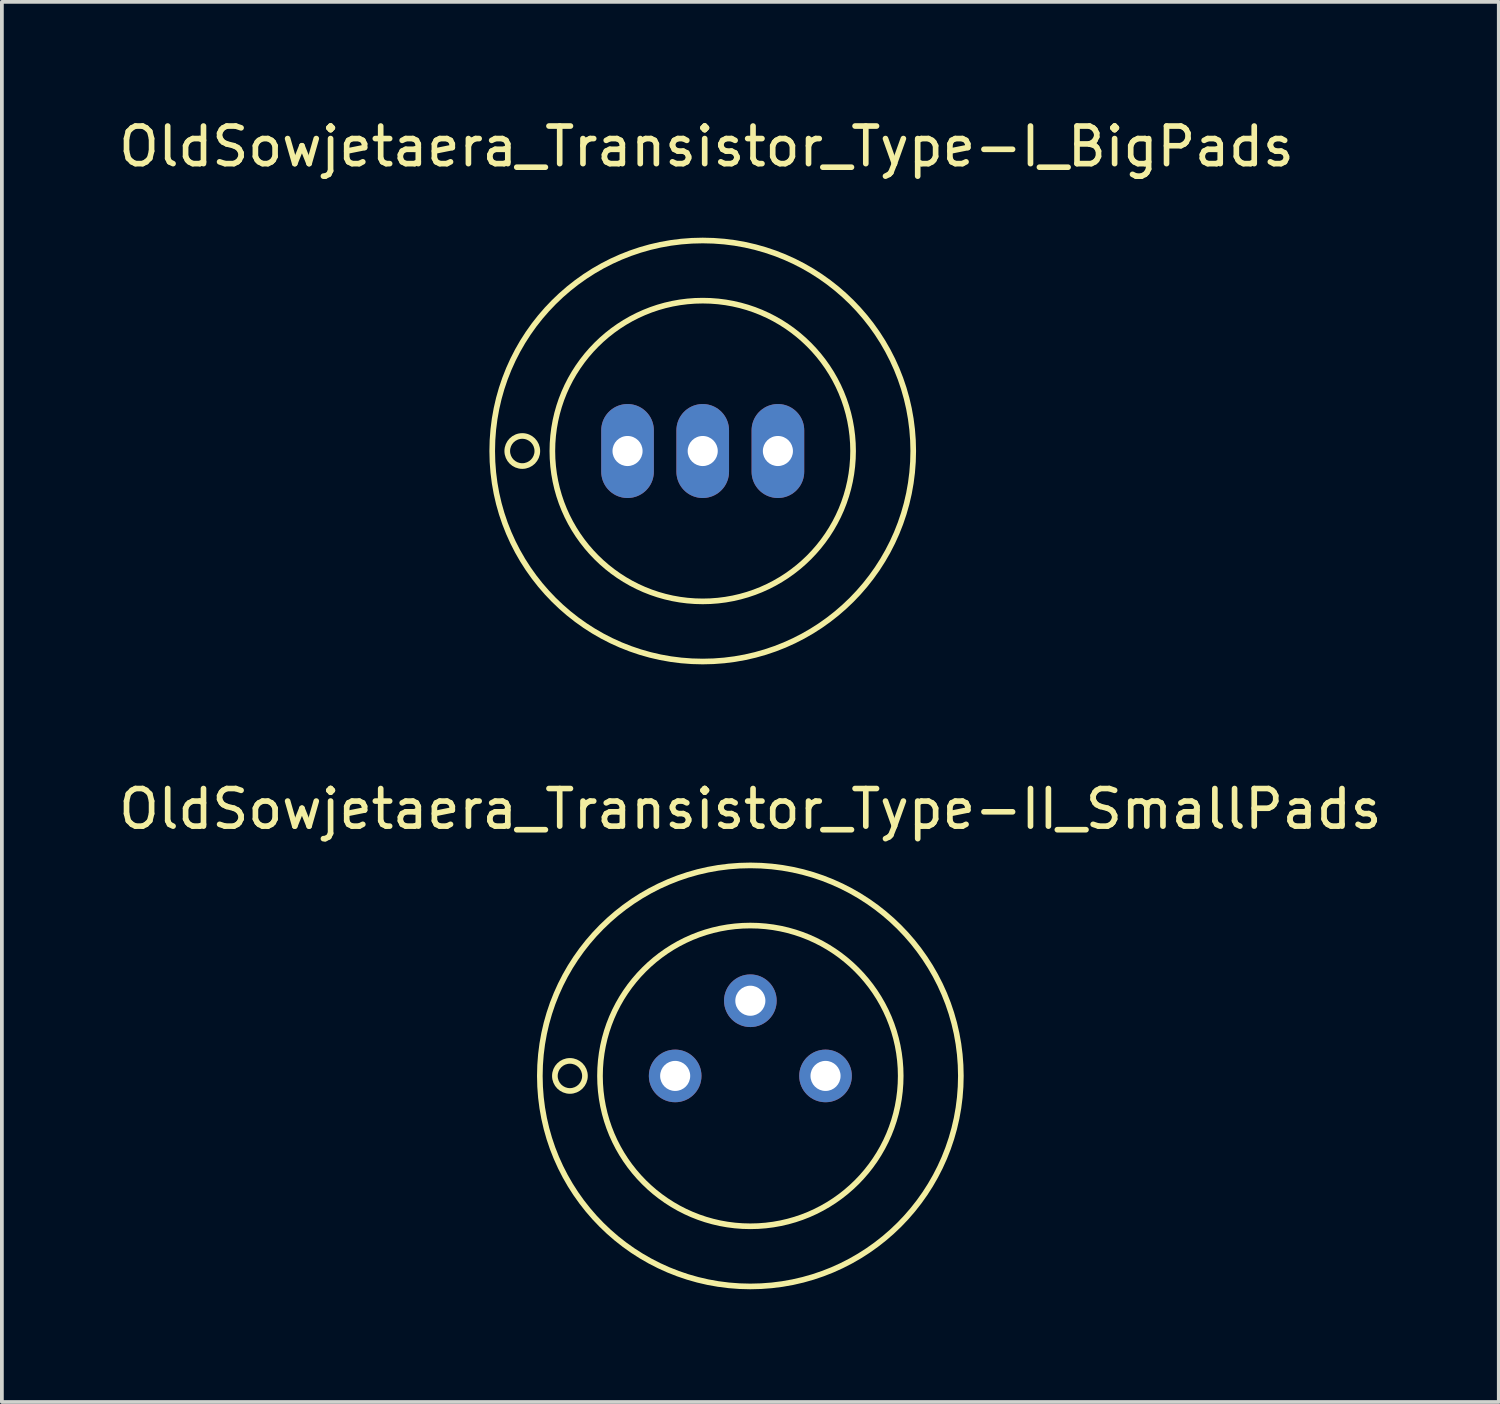
<source format=kicad_pcb>
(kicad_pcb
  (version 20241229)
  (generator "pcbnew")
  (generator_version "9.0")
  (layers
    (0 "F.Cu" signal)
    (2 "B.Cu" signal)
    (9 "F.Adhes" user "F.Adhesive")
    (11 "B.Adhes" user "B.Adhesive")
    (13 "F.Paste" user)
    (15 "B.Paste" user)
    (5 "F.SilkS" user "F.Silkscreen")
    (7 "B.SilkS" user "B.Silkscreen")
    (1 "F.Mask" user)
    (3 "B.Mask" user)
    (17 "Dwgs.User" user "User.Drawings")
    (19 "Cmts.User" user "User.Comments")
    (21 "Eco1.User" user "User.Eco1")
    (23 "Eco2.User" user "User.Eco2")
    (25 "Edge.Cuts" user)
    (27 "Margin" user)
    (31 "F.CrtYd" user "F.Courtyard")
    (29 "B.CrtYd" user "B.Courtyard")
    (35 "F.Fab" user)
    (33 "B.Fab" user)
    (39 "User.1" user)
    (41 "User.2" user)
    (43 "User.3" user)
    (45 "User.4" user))
  (footprint "OldSowjetaera_Transistor_Type-II_SmallPads"
    (layer "F.Cu")
    (at 16.911 25.572)
    (property "Reference" "OldSowjetaera_Transistor_Type-II_SmallPads" (at 0 -7.1 0) (layer "F.SilkS") (effects (font (size 1 1) (thickness 0.15))))
    (attr through_hole)
    (fp_circle (center -4.8 0) (end -4.8 0.4) (stroke (width 0.15) (type solid)) (fill no) (layer "F.SilkS"))
    (fp_circle (center 0 0) (end 4 0) (stroke (width 0.15) (type solid)) (fill no) (layer "F.SilkS"))
    (fp_circle (center 0 0) (end 5.6 0) (stroke (width 0.15) (type solid)) (fill no) (layer "F.SilkS"))
    (pad "1" thru_hole circle (at -2 0) (size 1.4 1.4) (drill 0.8) (layers "*.Cu" "*.Mask"))
    (pad "2" thru_hole circle (at 0 -2) (size 1.4 1.4) (drill 0.8) (layers "*.Cu" "*.Mask"))
    (pad "3" thru_hole circle (at 2 0) (size 1.4 1.4) (drill 0.8) (layers "*.Cu" "*.Mask")))
  (footprint "OldSowjetaera_Transistor_Type-I_BigPads"
    (layer "F.Cu")
    (at 15.644 8.948)
    (property "Reference" "OldSowjetaera_Transistor_Type-I_BigPads" (at 0.1 -8.1 0) (layer "F.SilkS") (effects (font (size 1 1) (thickness 0.15))))
    (attr through_hole)
    (fp_circle (center -4.8 0) (end -4.8 0.4) (stroke (width 0.15) (type solid)) (fill no) (layer "F.SilkS"))
    (fp_circle (center 0 0) (end 4 0) (stroke (width 0.15) (type solid)) (fill no) (layer "F.SilkS"))
    (fp_circle (center 0 0) (end 5.6 0) (stroke (width 0.15) (type solid)) (fill no) (layer "F.SilkS"))
    (pad "1" thru_hole oval (at -2 0) (size 1.4 2.5) (drill 0.8) (layers "*.Cu" "*.Mask"))
    (pad "2" thru_hole oval (at 0 0) (size 1.4 2.5) (drill 0.8) (layers "*.Cu" "*.Mask"))
    (pad "3" thru_hole oval (at 2 0) (size 1.4 2.5) (drill 0.8) (layers "*.Cu" "*.Mask")))
  (gr_rect
    (start -3 -3)
    (end 36.821 34.246)
    (stroke (width 0.1) (type default))
    (fill no)
    (layer "Edge.Cuts")))
</source>
